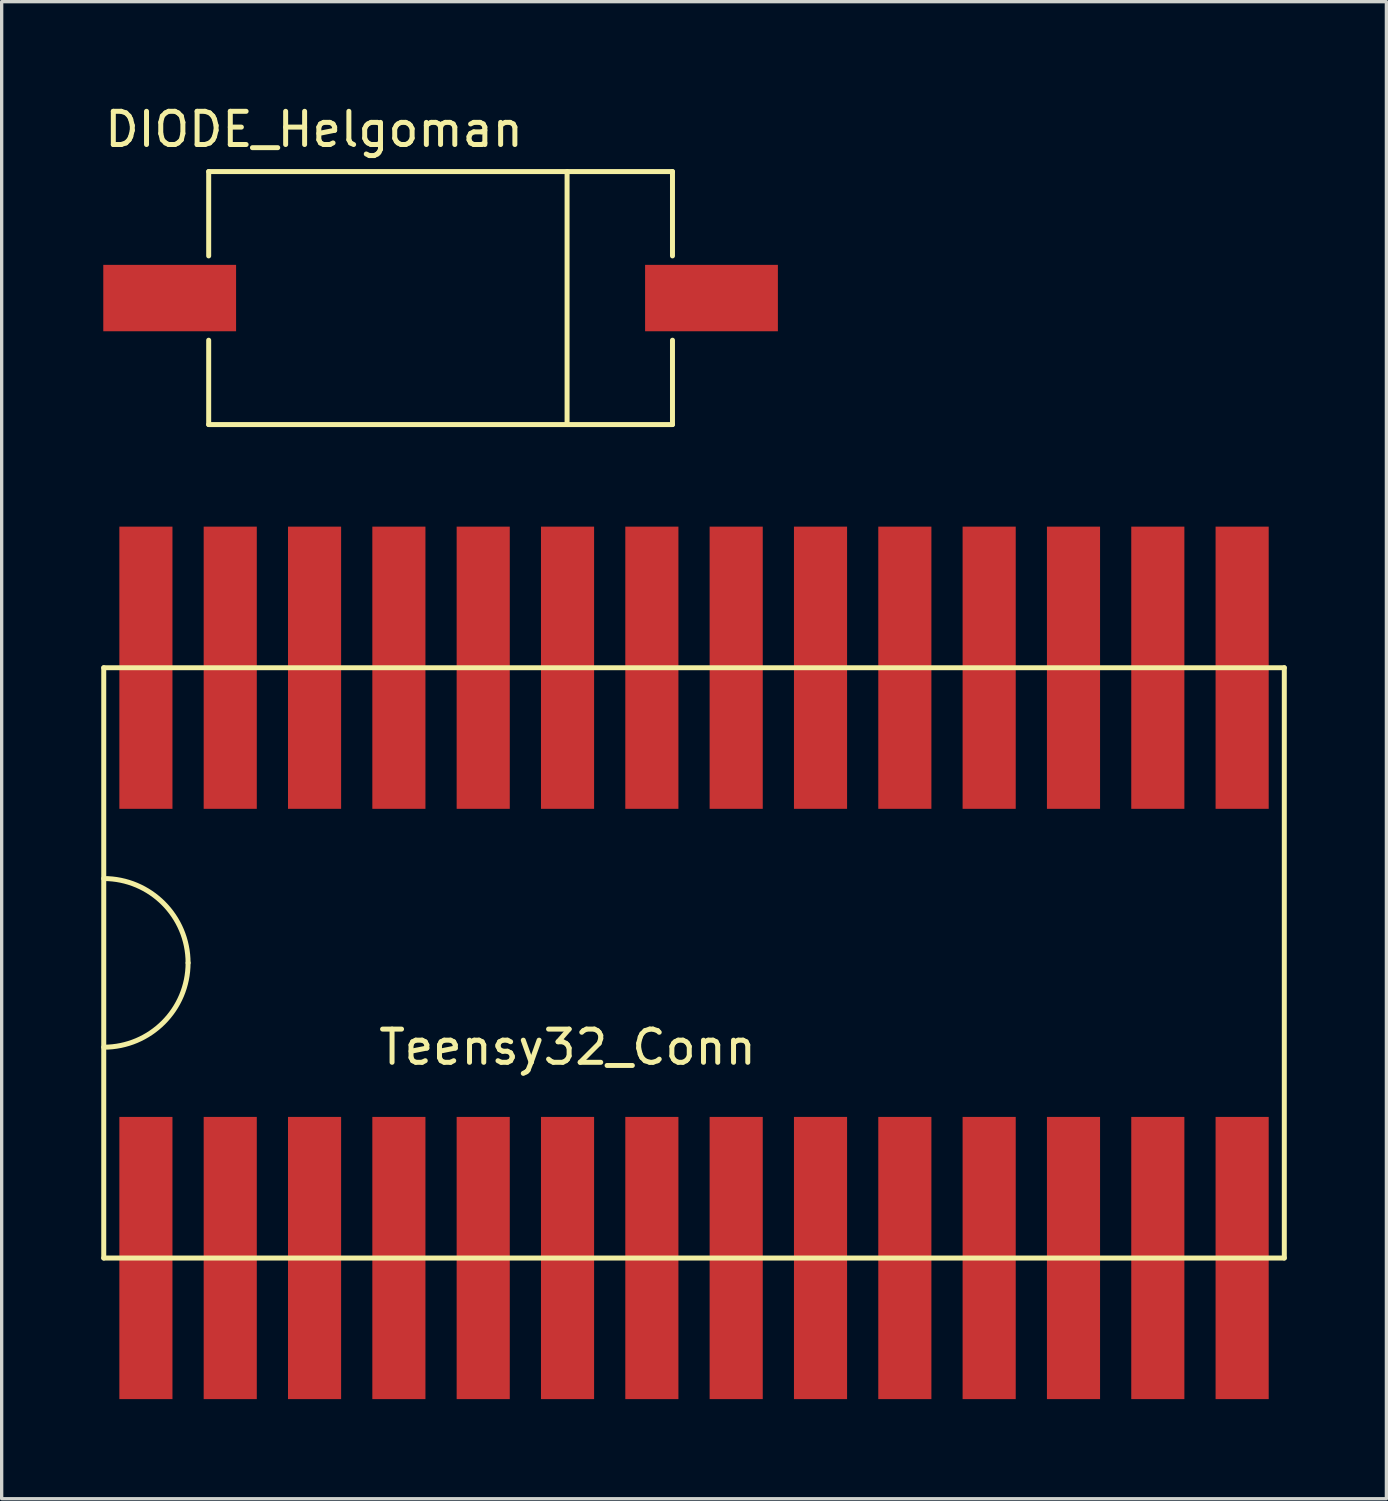
<source format=kicad_pcb>
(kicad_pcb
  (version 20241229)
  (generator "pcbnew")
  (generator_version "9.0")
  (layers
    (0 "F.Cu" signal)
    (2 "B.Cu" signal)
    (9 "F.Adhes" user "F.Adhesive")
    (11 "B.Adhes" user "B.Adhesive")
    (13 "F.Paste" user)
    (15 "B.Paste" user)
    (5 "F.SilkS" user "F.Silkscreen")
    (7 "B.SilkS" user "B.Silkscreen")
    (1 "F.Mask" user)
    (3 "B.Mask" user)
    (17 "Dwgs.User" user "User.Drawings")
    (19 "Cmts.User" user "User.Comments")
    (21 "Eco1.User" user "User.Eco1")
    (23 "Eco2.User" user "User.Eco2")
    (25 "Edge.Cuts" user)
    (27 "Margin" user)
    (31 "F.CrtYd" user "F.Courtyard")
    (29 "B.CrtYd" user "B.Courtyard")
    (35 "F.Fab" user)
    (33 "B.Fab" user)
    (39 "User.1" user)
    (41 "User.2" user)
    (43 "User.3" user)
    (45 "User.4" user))
  (footprint "DIODE_Helgoman"
    (layer "F.Cu")
    (at 10.221 5.928)
    (property "Reference" "DIODE_Helgoman" (at -3.81 -5.08 0) (layer "F.SilkS") (effects (font (size 1 1) (thickness 0.15))))
    (attr through_hole)
    (fp_line (start -6.985 -3.81) (end -6.985 -1.27) (stroke (width 0.15) (type solid)) (layer "F.SilkS"))
    (fp_line (start -6.985 -3.81) (end 6.985 -3.81) (stroke (width 0.15) (type solid)) (layer "F.SilkS"))
    (fp_line (start -6.985 1.27) (end -6.985 3.81) (stroke (width 0.15) (type solid)) (layer "F.SilkS"))
    (fp_line (start 3.81 -3.81) (end 3.81 3.81) (stroke (width 0.15) (type solid)) (layer "F.SilkS"))
    (fp_line (start 6.985 -3.81) (end 6.985 -1.27) (stroke (width 0.15) (type solid)) (layer "F.SilkS"))
    (fp_line (start 6.985 3.81) (end -6.985 3.81) (stroke (width 0.15) (type solid)) (layer "F.SilkS"))
    (fp_line (start 6.985 3.81) (end 6.985 1.27) (stroke (width 0.15) (type solid)) (layer "F.SilkS"))
    (pad "1" smd rect (at -10.16 0) (size 4 2) (drill (offset 2 0)) (layers "F.Cu" "F.Mask" "F.Paste"))
    (pad "2" smd rect (at 10.16 0) (size 4 2) (drill (offset -2 0)) (layers "F.Cu" "F.Mask" "F.Paste")))
  (footprint "Teensy32_Conn"
    (layer "F.Cu")
    (at 1.345 33.573)
    (property "Reference" "Teensy32_Conn" (at 12.7 -5.08 0) (layer "F.SilkS") (effects (font (size 1 1) (thickness 0.15))))
    (attr through_hole)
    (fp_line (start -1.27 -16.51) (end 34.29 -16.51) (stroke (width 0.15) (type solid)) (layer "F.SilkS"))
    (fp_line (start -1.27 1.27) (end -1.27 -16.51) (stroke (width 0.15) (type solid)) (layer "F.SilkS"))
    (fp_line (start 34.29 -16.51) (end 34.29 1.27) (stroke (width 0.15) (type solid)) (layer "F.SilkS"))
    (fp_line (start 34.29 1.27) (end -1.27 1.27) (stroke (width 0.15) (type solid)) (layer "F.SilkS"))
    (fp_arc (start -1.27 -10.16) (mid 0.526051 -9.416051) (end 1.27 -7.62) (stroke (width 0.15) (type solid)) (layer "F.SilkS"))
    (fp_arc (start 1.27 -7.62) (mid 0.526051 -5.823949) (end -1.27 -5.08) (stroke (width 0.15) (type solid)) (layer "F.SilkS"))
    (pad "0" smd rect (at 2.54 1.27) (size 1.6 8.5) (layers "F.Cu" "F.Mask" "F.Paste"))
    (pad "1" smd rect (at 5.08 1.27) (size 1.6 8.5) (layers "F.Cu" "F.Mask" "F.Paste"))
    (pad "2" smd rect (at 7.62 1.27) (size 1.6 8.5) (layers "F.Cu" "F.Mask" "F.Paste"))
    (pad "3" smd rect (at 10.16 1.27) (size 1.6 8.5) (layers "F.Cu" "F.Mask" "F.Paste"))
    (pad "3,3V" smd rect (at 5.08 -16.51) (size 1.6 8.5) (layers "F.Cu" "F.Mask" "F.Paste"))
    (pad "4" smd rect (at 12.7 1.27) (size 1.6 8.5) (layers "F.Cu" "F.Mask" "F.Paste"))
    (pad "5" smd rect (at 15.24 1.27) (size 1.6 8.5) (layers "F.Cu" "F.Mask" "F.Paste"))
    (pad "6" smd rect (at 17.78 1.27) (size 1.6 8.5) (layers "F.Cu" "F.Mask" "F.Paste"))
    (pad "7" smd rect (at 20.32 1.27) (size 1.6 8.5) (layers "F.Cu" "F.Mask" "F.Paste"))
    (pad "8" smd rect (at 22.86 1.27) (size 1.6 8.5) (layers "F.Cu" "F.Mask" "F.Paste"))
    (pad "9" smd rect (at 25.4 1.27) (size 1.6 8.5) (layers "F.Cu" "F.Mask" "F.Paste"))
    (pad "10" smd rect (at 27.94 1.27) (size 1.6 8.5) (layers "F.Cu" "F.Mask" "F.Paste"))
    (pad "11" smd rect (at 30.48 1.27) (size 1.6 8.5) (layers "F.Cu" "F.Mask" "F.Paste"))
    (pad "12" smd rect (at 33.02 1.27) (size 1.6 8.5) (layers "F.Cu" "F.Mask" "F.Paste"))
    (pad "13" smd rect (at 33.02 -16.51) (size 1.6 8.5) (layers "F.Cu" "F.Mask" "F.Paste"))
    (pad "14" smd rect (at 30.48 -16.51) (size 1.6 8.5) (layers "F.Cu" "F.Mask" "F.Paste"))
    (pad "15" smd rect (at 27.94 -16.51) (size 1.6 8.5) (layers "F.Cu" "F.Mask" "F.Paste"))
    (pad "16" smd rect (at 25.4 -16.51) (size 1.6 8.5) (layers "F.Cu" "F.Mask" "F.Paste"))
    (pad "17" smd rect (at 22.86 -16.51) (size 1.6 8.5) (layers "F.Cu" "F.Mask" "F.Paste"))
    (pad "18" smd rect (at 20.32 -16.51) (size 1.6 8.5) (layers "F.Cu" "F.Mask" "F.Paste"))
    (pad "19" smd rect (at 17.78 -16.51) (size 1.6 8.5) (layers "F.Cu" "F.Mask" "F.Paste"))
    (pad "20" smd rect (at 15.24 -16.51) (size 1.6 8.5) (layers "F.Cu" "F.Mask" "F.Paste"))
    (pad "21" smd rect (at 12.7 -16.51) (size 1.6 8.5) (layers "F.Cu" "F.Mask" "F.Paste"))
    (pad "22" smd rect (at 10.16 -16.51) (size 1.6 8.5) (layers "F.Cu" "F.Mask" "F.Paste"))
    (pad "23" smd rect (at 7.62 -16.51) (size 1.6 8.5) (layers "F.Cu" "F.Mask" "F.Paste"))
    (pad "AGND" smd rect (at 2.54 -16.51) (size 1.6 8.5) (layers "F.Cu" "F.Mask" "F.Paste"))
    (pad "GND" smd rect (at 0 1.27) (size 1.6 8.5) (layers "F.Cu" "F.Mask" "F.Paste"))
    (pad "Vin" smd rect (at 0 -16.51) (size 1.6 8.5) (layers "F.Cu" "F.Mask" "F.Paste")))
  (gr_rect
    (start -3 -3)
    (end 38.71 42.093)
    (stroke (width 0.1) (type default))
    (fill no)
    (layer "Edge.Cuts")))
</source>
